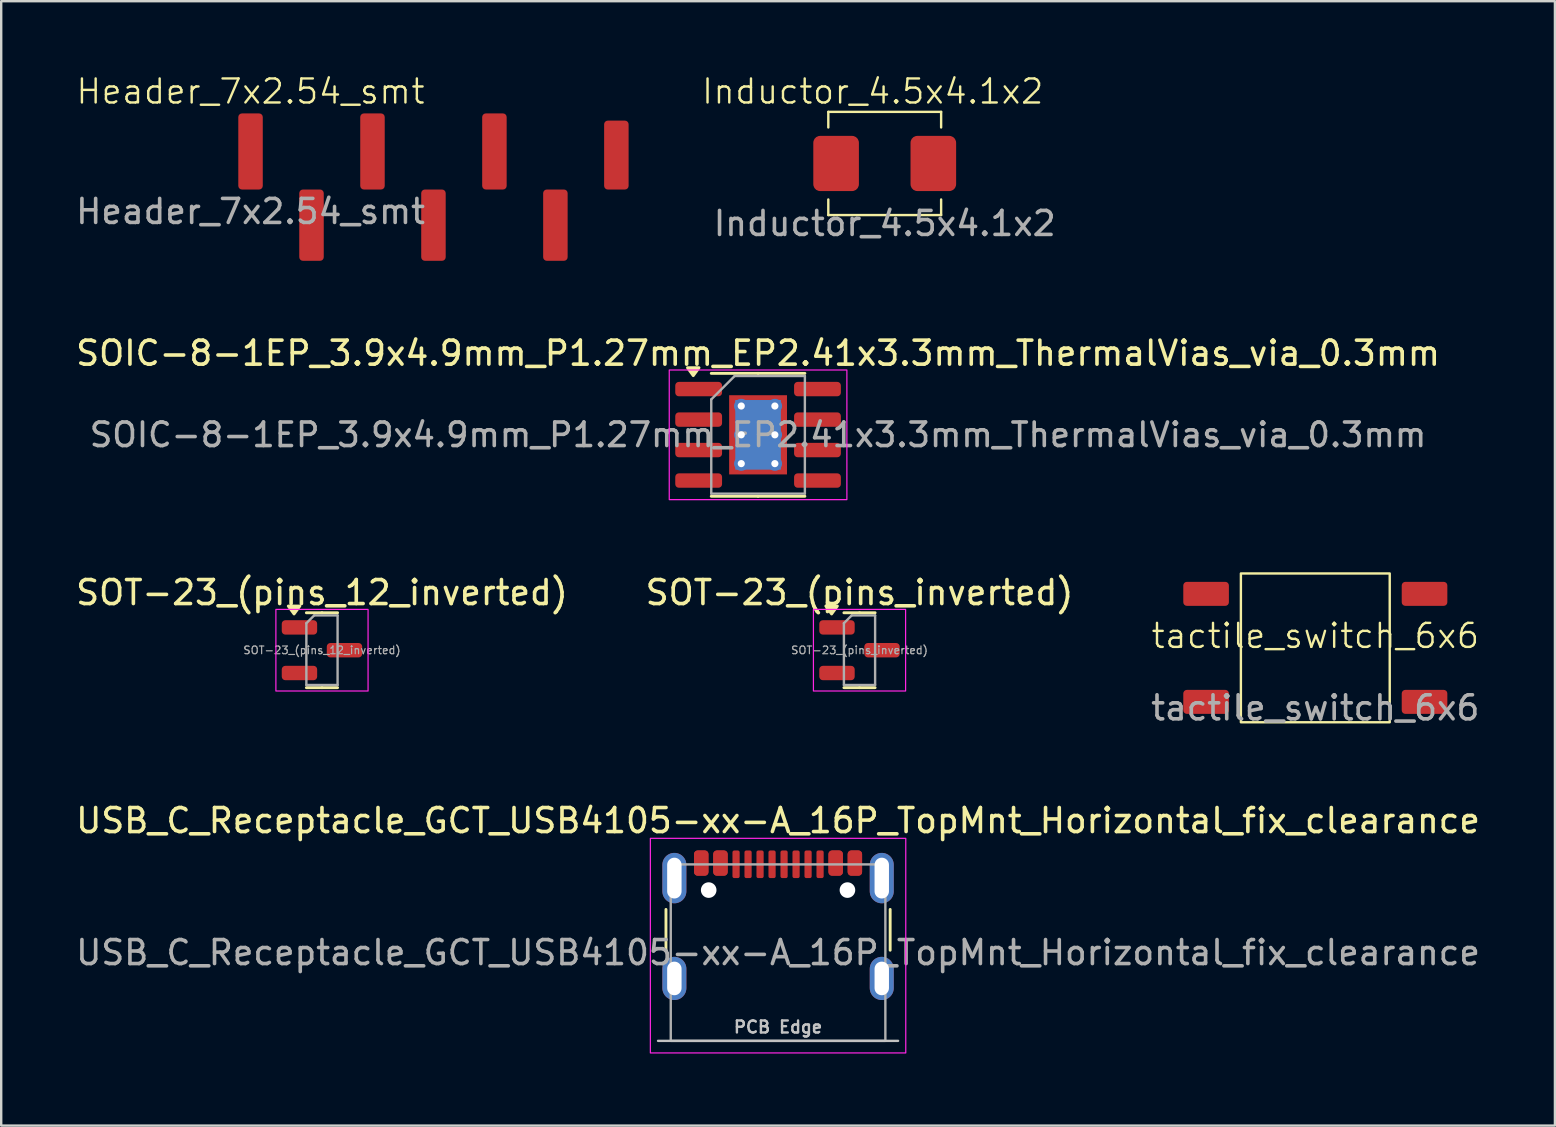
<source format=kicad_pcb>
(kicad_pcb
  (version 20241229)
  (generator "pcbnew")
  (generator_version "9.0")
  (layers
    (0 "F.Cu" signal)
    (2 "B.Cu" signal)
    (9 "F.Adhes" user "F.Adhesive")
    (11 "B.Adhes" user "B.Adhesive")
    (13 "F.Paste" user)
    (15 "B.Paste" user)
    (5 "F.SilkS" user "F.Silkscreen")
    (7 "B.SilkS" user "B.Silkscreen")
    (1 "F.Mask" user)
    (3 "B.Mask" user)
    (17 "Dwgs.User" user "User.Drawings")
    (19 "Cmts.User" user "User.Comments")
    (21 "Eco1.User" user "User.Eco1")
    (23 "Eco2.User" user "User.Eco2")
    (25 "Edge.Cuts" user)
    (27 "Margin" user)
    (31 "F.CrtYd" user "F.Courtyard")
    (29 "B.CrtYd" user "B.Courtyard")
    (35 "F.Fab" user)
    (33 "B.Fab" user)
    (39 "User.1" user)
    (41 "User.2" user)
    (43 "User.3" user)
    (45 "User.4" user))
  (footprint "SOT-23_(pins_12_inverted)"
    (layer "F.Cu")
    (at 10.363 24.037)
    (property "Reference" "SOT-23_(pins_12_inverted)" (at 0 -2.4 0) (layer "F.SilkS") (effects (font (size 1 1) (thickness 0.15))))
    (attr smd)
    (fp_line (start 0 -1.56) (end -0.65 -1.56) (stroke (width 0.12) (type solid)) (layer "F.SilkS"))
    (fp_line (start 0 -1.56) (end 0.65 -1.56) (stroke (width 0.12) (type solid)) (layer "F.SilkS"))
    (fp_line (start 0 1.56) (end -0.65 1.56) (stroke (width 0.12) (type solid)) (layer "F.SilkS"))
    (fp_line (start 0 1.56) (end 0.65 1.56) (stroke (width 0.12) (type solid)) (layer "F.SilkS"))
    (fp_poly (pts (xy -1.163 -1.51) (xy -1.403 -1.84) (xy -0.922 -1.84)) (stroke (width 0.12) (type solid)) (fill yes) (layer "F.SilkS"))
    (fp_rect (start -1.92 -1.7) (end 1.92 1.7) (stroke (width 0.05) (type solid)) (fill no) (layer "F.CrtYd"))
    (fp_line (start -0.65 -1.125) (end -0.325 -1.45) (stroke (width 0.1) (type solid)) (layer "F.Fab"))
    (fp_line (start -0.65 1.45) (end -0.65 -1.125) (stroke (width 0.1) (type solid)) (layer "F.Fab"))
    (fp_line (start -0.325 -1.45) (end 0.65 -1.45) (stroke (width 0.1) (type solid)) (layer "F.Fab"))
    (fp_line (start 0.65 -1.45) (end 0.65 1.45) (stroke (width 0.1) (type solid)) (layer "F.Fab"))
    (fp_line (start 0.65 1.45) (end -0.65 1.45) (stroke (width 0.1) (type solid)) (layer "F.Fab"))
    (fp_text user "${REFERENCE}" (at 0 0 0) (layer "F.Fab") (effects (font (size 0.32 0.32) (thickness 0.05))))
    (pad "1" smd roundrect (at -0.938 0.95) (size 1.475 0.6) (layers "F.Cu" "F.Mask" "F.Paste") (roundrect_rratio 0.25))
    (pad "2" smd roundrect (at -0.938 -0.95) (size 1.475 0.6) (layers "F.Cu" "F.Mask" "F.Paste") (roundrect_rratio 0.25))
    (pad "3" smd roundrect (at 0.938 0) (size 1.475 0.6) (layers "F.Cu" "F.Mask" "F.Paste") (roundrect_rratio 0.25)))
  (footprint "SOT-23_(pins_inverted)"
    (layer "F.Cu")
    (at 32.756 24.037)
    (property "Reference" "SOT-23_(pins_inverted)" (at 0 -2.4 0) (layer "F.SilkS") (effects (font (size 1 1) (thickness 0.15))))
    (attr smd)
    (fp_line (start 0 -1.56) (end -0.65 -1.56) (stroke (width 0.12) (type solid)) (layer "F.SilkS"))
    (fp_line (start 0 -1.56) (end 0.65 -1.56) (stroke (width 0.12) (type solid)) (layer "F.SilkS"))
    (fp_line (start 0 1.56) (end -0.65 1.56) (stroke (width 0.12) (type solid)) (layer "F.SilkS"))
    (fp_line (start 0 1.56) (end 0.65 1.56) (stroke (width 0.12) (type solid)) (layer "F.SilkS"))
    (fp_poly (pts (xy -1.163 -1.51) (xy -1.403 -1.84) (xy -0.922 -1.84)) (stroke (width 0.12) (type solid)) (fill yes) (layer "F.SilkS"))
    (fp_rect (start -1.92 -1.7) (end 1.92 1.7) (stroke (width 0.05) (type solid)) (fill no) (layer "F.CrtYd"))
    (fp_line (start -0.65 -1.125) (end -0.325 -1.45) (stroke (width 0.1) (type solid)) (layer "F.Fab"))
    (fp_line (start -0.65 1.45) (end -0.65 -1.125) (stroke (width 0.1) (type solid)) (layer "F.Fab"))
    (fp_line (start -0.325 -1.45) (end 0.65 -1.45) (stroke (width 0.1) (type solid)) (layer "F.Fab"))
    (fp_line (start 0.65 -1.45) (end 0.65 1.45) (stroke (width 0.1) (type solid)) (layer "F.Fab"))
    (fp_line (start 0.65 1.45) (end -0.65 1.45) (stroke (width 0.1) (type solid)) (layer "F.Fab"))
    (fp_text user "${REFERENCE}" (at 0 0 0) (layer "F.Fab") (effects (font (size 0.32 0.32) (thickness 0.05))))
    (pad "1" smd roundrect (at 0.938 0) (size 1.475 0.6) (layers "F.Cu" "F.Mask" "F.Paste") (roundrect_rratio 0.25))
    (pad "2" smd roundrect (at -0.938 -0.95) (size 1.475 0.6) (layers "F.Cu" "F.Mask" "F.Paste") (roundrect_rratio 0.25))
    (pad "3" smd roundrect (at -0.938 0.95) (size 1.475 0.6) (layers "F.Cu" "F.Mask" "F.Paste") (roundrect_rratio 0.25)))
  (footprint "SOIC-8-1EP_3.9x4.9mm_P1.27mm_EP2.41x3.3mm_ThermalVias_via_0.3mm"
    (layer "F.Cu")
    (at 28.53 15.064)
    (property "Reference" "SOIC-8-1EP_3.9x4.9mm_P1.27mm_EP2.41x3.3mm_ThermalVias_via_0.3mm" (at 0 -3.4 0) (layer "F.SilkS") (effects (font (size 1 1) (thickness 0.15))))
    (attr smd)
    (fp_line (start 0 -2.56) (end -1.95 -2.56) (stroke (width 0.12) (type solid)) (layer "F.SilkS"))
    (fp_line (start 0 -2.56) (end 1.95 -2.56) (stroke (width 0.12) (type solid)) (layer "F.SilkS"))
    (fp_line (start 0 2.56) (end -1.95 2.56) (stroke (width 0.12) (type solid)) (layer "F.SilkS"))
    (fp_line (start 0 2.56) (end 1.95 2.56) (stroke (width 0.12) (type solid)) (layer "F.SilkS"))
    (fp_poly (pts (xy -2.7 -2.465) (xy -2.94 -2.795) (xy -2.46 -2.795)) (stroke (width 0.12) (type solid)) (fill yes) (layer "F.SilkS"))
    (fp_rect (start -3.7 -2.7) (end 3.7 2.7) (stroke (width 0.05) (type solid)) (fill no) (layer "F.CrtYd"))
    (fp_line (start -1.95 -1.475) (end -0.975 -2.45) (stroke (width 0.1) (type solid)) (layer "F.Fab"))
    (fp_line (start -1.95 2.45) (end -1.95 -1.475) (stroke (width 0.1) (type solid)) (layer "F.Fab"))
    (fp_line (start -0.975 -2.45) (end 1.95 -2.45) (stroke (width 0.1) (type solid)) (layer "F.Fab"))
    (fp_line (start 1.95 -2.45) (end 1.95 2.45) (stroke (width 0.1) (type solid)) (layer "F.Fab"))
    (fp_line (start 1.95 2.45) (end -1.95 2.45) (stroke (width 0.1) (type solid)) (layer "F.Fab"))
    (fp_text user "${REFERENCE}" (at 0 0 0) (layer "F.Fab") (effects (font (size 0.98 0.98) (thickness 0.15))))
    (pad "" smd roundrect (at -0.6 -0.825) (size 1.01 1.38) (layers "F.Paste") (roundrect_rratio 0.248))
    (pad "" smd roundrect (at -0.6 0.825) (size 1.01 1.38) (layers "F.Paste") (roundrect_rratio 0.248))
    (pad "" smd roundrect (at 0.6 -0.825) (size 1.01 1.38) (layers "F.Paste") (roundrect_rratio 0.248))
    (pad "" smd roundrect (at 0.6 0.825) (size 1.01 1.38) (layers "F.Paste") (roundrect_rratio 0.248))
    (pad "1" smd roundrect (at -2.475 -1.905) (size 1.95 0.6) (layers "F.Cu" "F.Mask" "F.Paste") (roundrect_rratio 0.25))
    (pad "2" smd roundrect (at -2.475 -0.635) (size 1.95 0.6) (layers "F.Cu" "F.Mask" "F.Paste") (roundrect_rratio 0.25))
    (pad "3" smd roundrect (at -2.475 0.635) (size 1.95 0.6) (layers "F.Cu" "F.Mask" "F.Paste") (roundrect_rratio 0.25))
    (pad "4" smd roundrect (at -2.475 1.905) (size 1.95 0.6) (layers "F.Cu" "F.Mask" "F.Paste") (roundrect_rratio 0.25))
    (pad "5" smd roundrect (at 2.475 1.905) (size 1.95 0.6) (layers "F.Cu" "F.Mask" "F.Paste") (roundrect_rratio 0.25))
    (pad "6" smd roundrect (at 2.475 0.635) (size 1.95 0.6) (layers "F.Cu" "F.Mask" "F.Paste") (roundrect_rratio 0.25))
    (pad "7" smd roundrect (at 2.475 -0.635) (size 1.95 0.6) (layers "F.Cu" "F.Mask" "F.Paste") (roundrect_rratio 0.25))
    (pad "8" smd roundrect (at 2.475 -1.905) (size 1.95 0.6) (layers "F.Cu" "F.Mask" "F.Paste") (roundrect_rratio 0.25))
    (pad "9" thru_hole circle (at -0.7 -1.2) (size 0.6 0.6) (drill 0.3) (property pad_prop_heatsink) (layers "*.Cu"))
    (pad "9" thru_hole circle (at -0.7 0) (size 0.6 0.6) (drill 0.3) (property pad_prop_heatsink) (layers "*.Cu"))
    (pad "9" thru_hole circle (at -0.7 1.2) (size 0.6 0.6) (drill 0.3) (property pad_prop_heatsink) (layers "*.Cu"))
    (pad "9" smd rect (at 0 0) (size 1.9 2.9) (property pad_prop_heatsink) (layers "B.Cu"))
    (pad "9" smd rect (at 0 0) (size 2.41 3.3) (property pad_prop_heatsink) (layers "F.Cu" "F.Mask"))
    (pad "9" thru_hole circle (at 0.7 -1.2) (size 0.6 0.6) (drill 0.3) (property pad_prop_heatsink) (layers "*.Cu"))
    (pad "9" thru_hole circle (at 0.7 0) (size 0.6 0.6) (drill 0.3) (property pad_prop_heatsink) (layers "*.Cu"))
    (pad "9" thru_hole circle (at 0.7 1.2) (size 0.6 0.6) (drill 0.3) (property pad_prop_heatsink) (layers "*.Cu")))
  (footprint "tactile_switch_6x6"
    (layer "F.Cu")
    (at 51.744 23.939)
    (property "Reference" "tactile_switch_6x6" (at 0 -0.5 0) (unlocked yes) (layer "F.SilkS") (effects (font (size 1 1) (thickness 0.1))))
    (attr smd)
    (fp_rect (start -3.1 -3.1) (end 3.1 3.1) (stroke (width 0.1) (type solid)) (fill no) (layer "F.SilkS"))
    (fp_text user "${REFERENCE}" (at 0 2.5 0) (unlocked yes) (layer "F.Fab") (effects (font (size 1 1) (thickness 0.15))))
    (pad "1" smd roundrect (at -4.55 -2.25) (size 1.9 1) (layers "F.Cu" "F.Mask" "F.Paste") (roundrect_rratio 0.15))
    (pad "2" smd roundrect (at 4.55 -2.25) (size 1.9 1) (layers "F.Cu" "F.Mask" "F.Paste") (roundrect_rratio 0.15))
    (pad "3" smd roundrect (at -4.55 2.25) (size 1.9 1) (layers "F.Cu" "F.Mask" "F.Paste") (roundrect_rratio 0.15))
    (pad "4" smd roundrect (at 4.55 2.25) (size 1.9 1) (layers "F.Cu" "F.Mask" "F.Paste") (roundrect_rratio 0.15)))
  (footprint "USB_C_Receptacle_GCT_USB4105-xx-A_16P_TopMnt_Horizontal_fix_clearance"
    (layer "F.Cu")
    (at 29.363 36.635)
    (property "Reference" "USB_C_Receptacle_GCT_USB4105-xx-A_16P_TopMnt_Horizontal_fix_clearance" (at 0 -5.5 0) (unlocked yes) (layer "F.SilkS") (effects (font (size 1 1) (thickness 0.15))))
    (attr smd)
    (fp_line (start -4.67 -0.1) (end -4.67 -1.8) (stroke (width 0.12) (type solid)) (layer "F.SilkS"))
    (fp_line (start 4.67 -0.1) (end 4.67 -1.8) (stroke (width 0.12) (type solid)) (layer "F.SilkS"))
    (fp_line (start 5 3.675) (end -5 3.675) (stroke (width 0.1) (type solid)) (layer "Dwgs.User"))
    (fp_rect (start -5.32 -4.76) (end 5.32 4.18) (stroke (width 0.05) (type solid)) (fill no) (layer "F.CrtYd"))
    (fp_rect (start -4.47 -3.675) (end 4.47 3.675) (stroke (width 0.1) (type solid)) (fill no) (layer "F.Fab"))
    (fp_text user "PCB Edge" (at 0 3.1 0) (unlocked yes) (layer "Dwgs.User") (effects (font (size 0.5 0.5) (thickness 0.1))))
    (fp_text user "${REFERENCE}" (at 0 0 0) (unlocked yes) (layer "F.Fab") (effects (font (size 1 1) (thickness 0.15))))
    (pad "" np_thru_hole circle (at -2.89 -2.605) (size 0.65 0.65) (drill 0.65) (layers "*.Cu" "*.Mask"))
    (pad "" np_thru_hole circle (at 2.89 -2.605) (size 0.65 0.65) (drill 0.65) (layers "*.Cu" "*.Mask"))
    (pad "A1" smd roundrect (at -3.2 -3.73) (size 0.6 1.05) (layers "F.Cu" "F.Mask" "F.Paste") (roundrect_rratio 0.25))
    (pad "A4" smd roundrect (at -2.4 -3.73) (size 0.6 1.05) (layers "F.Cu" "F.Mask" "F.Paste") (roundrect_rratio 0.25))
    (pad "A5" smd roundrect (at -1.25 -3.68) (size 0.3 1.15) (layers "F.Cu" "F.Mask" "F.Paste") (roundrect_rratio 0.25))
    (pad "A6" smd roundrect (at -0.25 -3.68) (size 0.3 1.15) (layers "F.Cu" "F.Mask" "F.Paste") (roundrect_rratio 0.25))
    (pad "A7" smd roundrect (at 0.25 -3.68) (size 0.3 1.15) (layers "F.Cu" "F.Mask" "F.Paste") (roundrect_rratio 0.25))
    (pad "A8" smd roundrect (at 1.25 -3.68) (size 0.3 1.15) (layers "F.Cu" "F.Mask" "F.Paste") (roundrect_rratio 0.25))
    (pad "A9" smd roundrect (at 2.4 -3.73) (size 0.6 1.05) (layers "F.Cu" "F.Mask" "F.Paste") (roundrect_rratio 0.25))
    (pad "A12" smd roundrect (at 3.2 -3.73) (size 0.6 1.05) (layers "F.Cu" "F.Mask" "F.Paste") (roundrect_rratio 0.25))
    (pad "B1" smd roundrect (at 3.2 -3.73) (size 0.6 1.05) (layers "F.Cu" "F.Mask" "F.Paste") (roundrect_rratio 0.25))
    (pad "B4" smd roundrect (at 2.4 -3.73) (size 0.6 1.05) (layers "F.Cu" "F.Mask" "F.Paste") (roundrect_rratio 0.25))
    (pad "B5" smd roundrect (at 1.75 -3.68) (size 0.3 1.15) (layers "F.Cu" "F.Mask" "F.Paste") (roundrect_rratio 0.25))
    (pad "B6" smd roundrect (at 0.75 -3.68) (size 0.3 1.15) (layers "F.Cu" "F.Mask" "F.Paste") (roundrect_rratio 0.25))
    (pad "B7" smd roundrect (at -0.75 -3.68) (size 0.3 1.15) (layers "F.Cu" "F.Mask" "F.Paste") (roundrect_rratio 0.25))
    (pad "B8" smd roundrect (at -1.75 -3.68) (size 0.3 1.15) (layers "F.Cu" "F.Mask" "F.Paste") (roundrect_rratio 0.25))
    (pad "B9" smd roundrect (at -2.4 -3.73) (size 0.6 1.05) (layers "F.Cu" "F.Mask" "F.Paste") (roundrect_rratio 0.25))
    (pad "B12" smd roundrect (at -3.2 -3.73) (size 0.6 1.05) (layers "F.Cu" "F.Mask" "F.Paste") (roundrect_rratio 0.25))
    (pad "S1" thru_hole oval (at -4.32 -3.105) (size 1 2.1) (drill oval 0.6 1.7) (property pad_prop_heatsink) (layers "*.Cu" "*.Mask" "F.Paste"))
    (pad "S1" thru_hole oval (at -4.32 1.075) (size 1 1.8) (drill oval 0.6 1.4) (property pad_prop_heatsink) (layers "*.Cu" "*.Mask" "F.Paste"))
    (pad "S1" thru_hole oval (at 4.32 -3.105) (size 1 2.1) (drill oval 0.6 1.7) (property pad_prop_heatsink) (layers "*.Cu" "*.Mask" "F.Paste"))
    (pad "S1" thru_hole oval (at 4.32 1.075) (size 1 1.8) (drill oval 0.6 1.4) (property pad_prop_heatsink) (layers "*.Cu" "*.Mask" "F.Paste")))
  (footprint "Inductor_4.5x4.1x2"
    (layer "F.Cu")
    (at 33.806 3.76)
    (property "Reference" "Inductor_4.5x4.1x2" (at -0.5 -3 0) (unlocked yes) (layer "F.SilkS") (effects (font (size 1 1) (thickness 0.1))))
    (attr smd)
    (fp_line (start -2.35 -2.15) (end -2.35 -1.5) (stroke (width 0.1) (type default)) (layer "F.SilkS"))
    (fp_line (start -2.35 2.15) (end -2.35 1.5) (stroke (width 0.1) (type default)) (layer "F.SilkS"))
    (fp_line (start -2.35 2.15) (end 2.35 2.15) (stroke (width 0.1) (type default)) (layer "F.SilkS"))
    (fp_line (start 2.35 -2.15) (end -2.35 -2.15) (stroke (width 0.1) (type default)) (layer "F.SilkS"))
    (fp_line (start 2.35 -2.15) (end 2.35 -1.5) (stroke (width 0.1) (type default)) (layer "F.SilkS"))
    (fp_line (start 2.35 2.15) (end 2.35 1.5) (stroke (width 0.1) (type default)) (layer "F.SilkS"))
    (fp_text user "${REFERENCE}" (at 0 2.5 0) (unlocked yes) (layer "F.Fab") (effects (font (size 1 1) (thickness 0.15))))
    (pad "1" smd roundrect (at -2.025 0) (size 1.9 2.3) (layers "F.Cu" "F.Mask" "F.Paste") (roundrect_rratio 0.15))
    (pad "2" smd roundrect (at 2.025 0) (size 1.9 2.3) (layers "F.Cu" "F.Mask" "F.Paste") (roundrect_rratio 0.15)))
  (footprint "Header_7x2.54_smt"
    (layer "F.Cu")
    (at 7.387 3.26)
    (property "Reference" "Header_7x2.54_smt" (at 0 -2.5 0) (unlocked yes) (layer "F.SilkS") (effects (font (size 1 1) (thickness 0.1))))
    (attr smd)
    (fp_text user "${REFERENCE}" (at 0 2.5 0) (unlocked yes) (layer "F.Fab") (effects (font (size 1 1) (thickness 0.15))))
    (pad "1" smd roundrect (at 0 0) (size 1.02 3.17) (layers "F.Cu" "F.Mask" "F.Paste") (roundrect_rratio 0.15))
    (pad "2" smd roundrect (at 2.54 3.07) (size 1.02 2.97) (layers "F.Cu" "F.Mask" "F.Paste") (roundrect_rratio 0.15))
    (pad "3" smd roundrect (at 5.08 0) (size 1.02 3.17) (layers "F.Cu" "F.Mask" "F.Paste") (roundrect_rratio 0.15))
    (pad "4" smd roundrect (at 7.62 3.07) (size 1.02 2.97) (layers "F.Cu" "F.Mask" "F.Paste") (roundrect_rratio 0.15))
    (pad "5" smd roundrect (at 10.16 0) (size 1.02 3.17) (layers "F.Cu" "F.Mask" "F.Paste") (roundrect_rratio 0.15))
    (pad "6" smd roundrect (at 12.7 3.07) (size 1.02 2.97) (layers "F.Cu" "F.Mask" "F.Paste") (roundrect_rratio 0.15))
    (pad "7" smd roundrect (at 15.24 0.15) (size 1.02 2.87) (layers "F.Cu" "F.Mask" "F.Paste") (roundrect_rratio 0.15)))
  (gr_rect
    (start -3 -3)
    (end 61.726 43.84)
    (stroke (width 0.1) (type default))
    (fill no)
    (layer "Edge.Cuts")))
</source>
